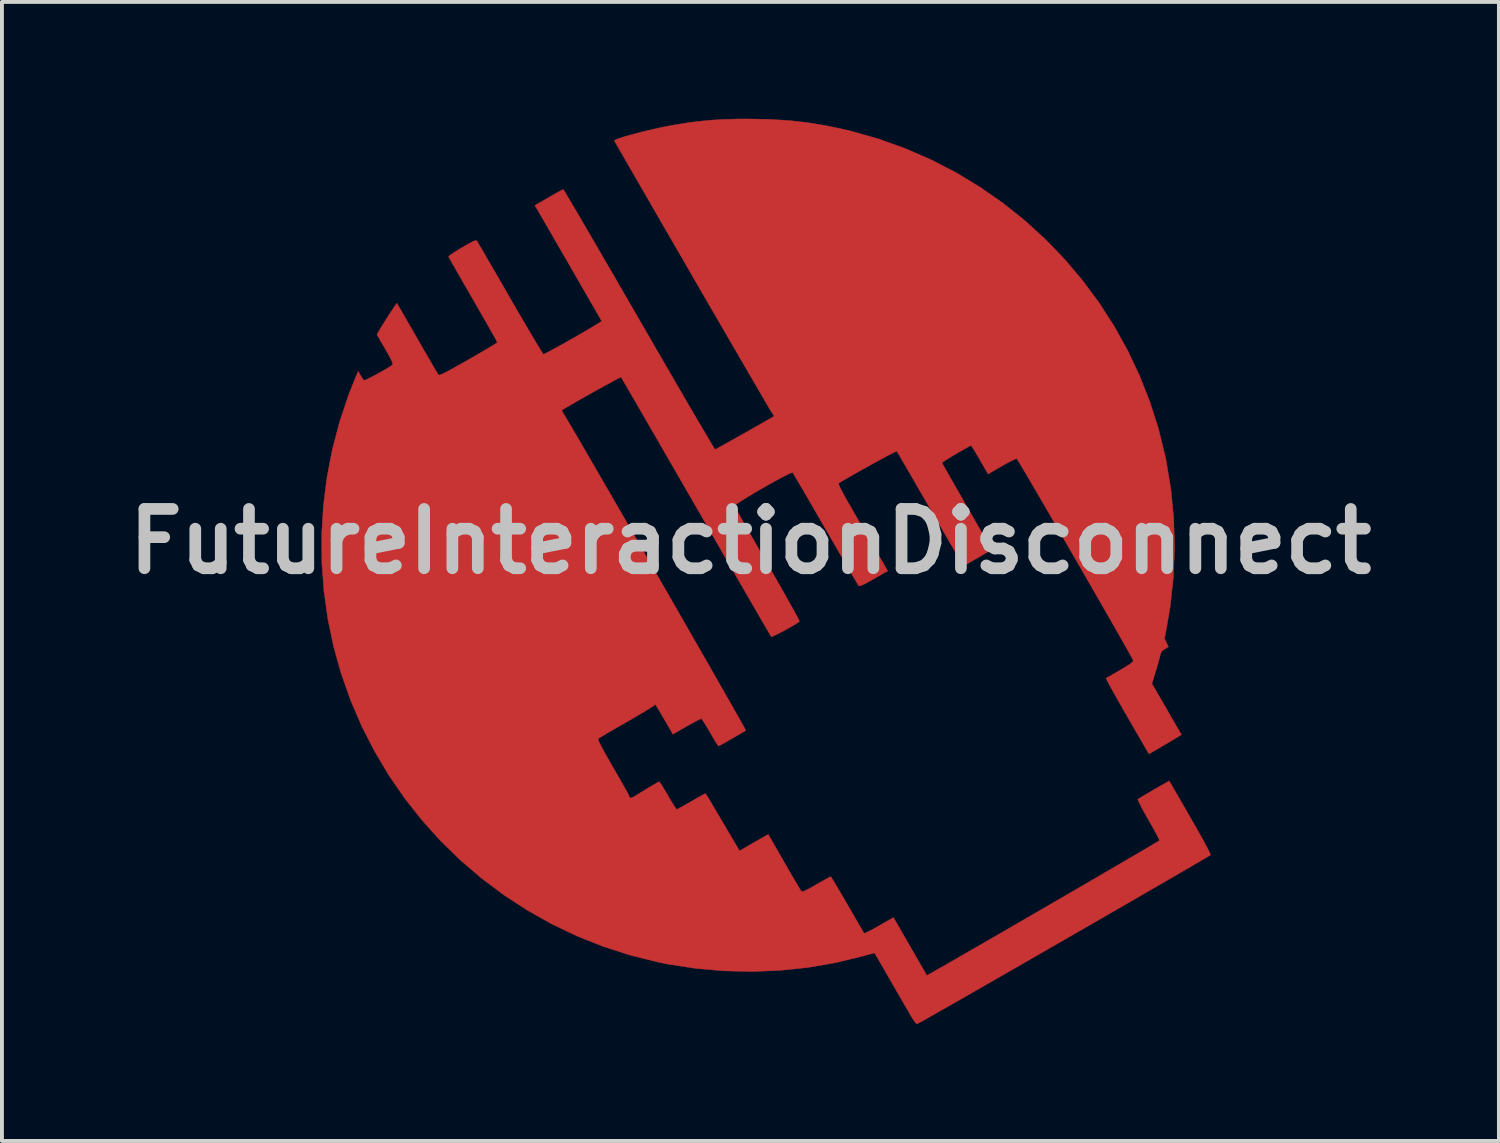
<source format=kicad_pcb>
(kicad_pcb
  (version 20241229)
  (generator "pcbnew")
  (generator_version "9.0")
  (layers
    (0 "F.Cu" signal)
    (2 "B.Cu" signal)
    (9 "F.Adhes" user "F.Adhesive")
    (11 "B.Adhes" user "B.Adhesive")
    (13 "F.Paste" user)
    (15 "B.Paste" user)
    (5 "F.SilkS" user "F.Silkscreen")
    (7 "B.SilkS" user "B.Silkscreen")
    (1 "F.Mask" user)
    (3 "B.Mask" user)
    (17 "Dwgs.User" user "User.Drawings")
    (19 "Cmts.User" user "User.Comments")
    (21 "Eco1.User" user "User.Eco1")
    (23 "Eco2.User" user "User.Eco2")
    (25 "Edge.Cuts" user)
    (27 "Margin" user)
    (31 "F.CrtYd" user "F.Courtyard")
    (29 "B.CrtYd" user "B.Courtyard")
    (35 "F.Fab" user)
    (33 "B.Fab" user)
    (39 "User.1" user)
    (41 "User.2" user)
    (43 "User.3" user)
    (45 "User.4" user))
  (footprint "FutureInteractionDisconnect"
    (layer "F.Cu")
    (at 16.227 10.858)
    (property "Reference" "FutureInteractionDisconnect" (at 0 0 0) (layer "Dwgs.User") (effects (font (size 1.524 1.524) (thickness 0.3))))
    (attr through_hole)
    (fp_poly (pts (xy 0.477 -10.843) (xy 0.985 -10.812) (xy 1.475 -10.757) (xy 1.961 -10.677) (xy 2.458 -10.571) (xy 2.578 -10.542) (xy 3.286 -10.341) (xy 3.973 -10.095) (xy 4.638 -9.806) (xy 5.28 -9.475) (xy 5.895 -9.103) (xy 6.483 -8.694) (xy 7.042 -8.248) (xy 7.57 -7.767) (xy 8.066 -7.254) (xy 8.527 -6.709) (xy 8.953 -6.135) (xy 9.341 -5.533) (xy 9.69 -4.905) (xy 9.998 -4.253) (xy 10.263 -3.579) (xy 10.484 -2.885) (xy 10.659 -2.171) (xy 10.68 -2.07) (xy 10.802 -1.33) (xy 10.873 -0.587) (xy 10.895 0.158) (xy 10.866 0.902) (xy 10.787 1.644) (xy 10.69 2.22) (xy 10.636 2.496) (xy 10.687 2.602) (xy 10.738 2.707) (xy 10.643 2.762) (xy 10.574 2.813) (xy 10.538 2.875) (xy 10.529 2.912) (xy 10.515 2.972) (xy 10.489 3.068) (xy 10.455 3.187) (xy 10.416 3.316) (xy 10.412 3.33) (xy 10.313 3.653) (xy 10.692 4.309) (xy 11.071 4.965) (xy 10.965 5.031) (xy 10.903 5.068) (xy 10.809 5.124) (xy 10.695 5.192) (xy 10.572 5.263) (xy 10.548 5.278) (xy 10.237 5.459) (xy 10.138 5.288) (xy 9.968 4.996) (xy 9.809 4.722) (xy 9.663 4.469) (xy 9.532 4.239) (xy 9.416 4.035) (xy 9.318 3.861) (xy 9.24 3.719) (xy 9.182 3.611) (xy 9.147 3.542) (xy 9.136 3.512) (xy 9.136 3.512) (xy 9.164 3.497) (xy 9.228 3.461) (xy 9.319 3.409) (xy 9.431 3.344) (xy 9.5 3.304) (xy 9.638 3.221) (xy 9.736 3.159) (xy 9.798 3.112) (xy 9.829 3.079) (xy 9.834 3.058) (xy 9.82 3.029) (xy 9.783 2.96) (xy 9.724 2.854) (xy 9.645 2.714) (xy 9.549 2.544) (xy 9.437 2.347) (xy 9.311 2.126) (xy 9.173 1.885) (xy 9.025 1.627) (xy 8.869 1.356) (xy 8.707 1.074) (xy 8.541 0.785) (xy 8.372 0.492) (xy 8.203 0.2) (xy 8.035 -0.09) (xy 7.871 -0.373) (xy 7.713 -0.647) (xy 7.561 -0.908) (xy 7.419 -1.152) (xy 7.288 -1.376) (xy 7.17 -1.578) (xy 7.067 -1.753) (xy 6.981 -1.898) (xy 6.914 -2.011) (xy 6.867 -2.087) (xy 6.843 -2.123) (xy 6.841 -2.125) (xy 6.808 -2.118) (xy 6.738 -2.086) (xy 6.637 -2.035) (xy 6.511 -1.966) (xy 6.366 -1.884) (xy 6.209 -1.791) (xy 6.183 -1.776) (xy 6.105 -1.729) (xy 5.894 -2.096) (xy 5.823 -2.218) (xy 5.76 -2.323) (xy 5.71 -2.403) (xy 5.678 -2.452) (xy 5.667 -2.464) (xy 5.638 -2.451) (xy 5.575 -2.418) (xy 5.488 -2.369) (xy 5.384 -2.31) (xy 5.274 -2.245) (xy 5.165 -2.18) (xy 5.067 -2.12) (xy 4.987 -2.07) (xy 4.936 -2.035) (xy 4.922 -2.022) (xy 4.934 -1.997) (xy 4.969 -1.932) (xy 5.025 -1.832) (xy 5.099 -1.7) (xy 5.189 -1.542) (xy 5.293 -1.361) (xy 5.408 -1.161) (xy 5.531 -0.947) (xy 5.56 -0.896) (xy 5.685 -0.68) (xy 5.801 -0.478) (xy 5.906 -0.293) (xy 5.999 -0.131) (xy 6.076 0.005) (xy 6.135 0.111) (xy 6.175 0.182) (xy 6.191 0.214) (xy 6.192 0.216) (xy 6.169 0.229) (xy 6.112 0.263) (xy 6.028 0.311) (xy 5.928 0.369) (xy 5.82 0.431) (xy 5.714 0.493) (xy 5.618 0.548) (xy 5.542 0.592) (xy 5.494 0.62) (xy 5.483 0.625) (xy 5.468 0.605) (xy 5.43 0.545) (xy 5.371 0.448) (xy 5.293 0.317) (xy 5.198 0.157) (xy 5.088 -0.03) (xy 4.966 -0.239) (xy 4.834 -0.467) (xy 4.693 -0.71) (xy 4.622 -0.832) (xy 4.478 -1.083) (xy 4.34 -1.32) (xy 4.213 -1.541) (xy 4.097 -1.741) (xy 3.994 -1.918) (xy 3.907 -2.067) (xy 3.839 -2.185) (xy 3.79 -2.268) (xy 3.764 -2.312) (xy 3.759 -2.319) (xy 3.735 -2.31) (xy 3.673 -2.28) (xy 3.58 -2.232) (xy 3.461 -2.169) (xy 3.323 -2.094) (xy 3.173 -2.012) (xy 3.016 -1.925) (xy 2.859 -1.838) (xy 2.708 -1.753) (xy 2.569 -1.674) (xy 2.449 -1.605) (xy 2.354 -1.549) (xy 2.29 -1.509) (xy 2.269 -1.494) (xy 2.267 -1.473) (xy 2.284 -1.423) (xy 2.322 -1.343) (xy 2.383 -1.229) (xy 2.467 -1.077) (xy 2.572 -0.894) (xy 2.685 -0.697) (xy 2.813 -0.477) (xy 2.944 -0.248) (xy 3.072 -0.028) (xy 3.185 0.169) (xy 3.215 0.22) (xy 3.526 0.758) (xy 3.167 0.963) (xy 3.028 1.042) (xy 2.925 1.097) (xy 2.855 1.13) (xy 2.809 1.143) (xy 2.784 1.141) (xy 2.78 1.137) (xy 2.762 1.11) (xy 2.722 1.042) (xy 2.66 0.939) (xy 2.58 0.802) (xy 2.484 0.637) (xy 2.373 0.446) (xy 2.25 0.234) (xy 2.117 0.004) (xy 1.977 -0.239) (xy 1.932 -0.318) (xy 1.789 -0.564) (xy 1.654 -0.799) (xy 1.528 -1.016) (xy 1.413 -1.214) (xy 1.312 -1.387) (xy 1.226 -1.533) (xy 1.159 -1.647) (xy 1.111 -1.726) (xy 1.087 -1.765) (xy 1.084 -1.769) (xy 1.055 -1.764) (xy 0.989 -1.736) (xy 0.893 -1.689) (xy 0.772 -1.626) (xy 0.633 -1.55) (xy 0.482 -1.466) (xy 0.325 -1.377) (xy 0.168 -1.286) (xy 0.018 -1.197) (xy -0.118 -1.114) (xy -0.236 -1.041) (xy -0.328 -0.98) (xy -0.389 -0.935) (xy -0.411 -0.911) (xy -0.411 -0.91) (xy -0.397 -0.882) (xy -0.36 -0.815) (xy -0.302 -0.711) (xy -0.225 -0.574) (xy -0.13 -0.409) (xy -0.021 -0.218) (xy 0.101 -0.005) (xy 0.233 0.226) (xy 0.374 0.47) (xy 0.436 0.577) (xy 0.579 0.826) (xy 0.714 1.062) (xy 0.839 1.282) (xy 0.951 1.481) (xy 1.05 1.657) (xy 1.132 1.805) (xy 1.195 1.922) (xy 1.238 2.004) (xy 1.259 2.047) (xy 1.26 2.053) (xy 1.231 2.078) (xy 1.168 2.119) (xy 1.08 2.172) (xy 0.976 2.23) (xy 0.866 2.291) (xy 0.759 2.348) (xy 0.663 2.396) (xy 0.588 2.431) (xy 0.543 2.448) (xy 0.535 2.448) (xy 0.52 2.423) (xy 0.482 2.358) (xy 0.42 2.253) (xy 0.338 2.111) (xy 0.236 1.935) (xy 0.115 1.727) (xy -0.022 1.49) (xy -0.175 1.225) (xy -0.342 0.936) (xy -0.522 0.625) (xy -0.713 0.294) (xy -0.914 -0.054) (xy -1.124 -0.418) (xy -1.341 -0.794) (xy -1.396 -0.889) (xy -1.614 -1.268) (xy -1.826 -1.634) (xy -2.029 -1.986) (xy -2.223 -2.322) (xy -2.405 -2.638) (xy -2.576 -2.932) (xy -2.732 -3.203) (xy -2.873 -3.447) (xy -2.998 -3.662) (xy -3.104 -3.845) (xy -3.192 -3.995) (xy -3.258 -4.109) (xy -3.302 -4.184) (xy -3.322 -4.218) (xy -3.324 -4.22) (xy -3.348 -4.211) (xy -3.409 -4.18) (xy -3.503 -4.131) (xy -3.621 -4.066) (xy -3.759 -3.991) (xy -3.91 -3.907) (xy -4.068 -3.819) (xy -4.227 -3.73) (xy -4.379 -3.644) (xy -4.52 -3.563) (xy -4.643 -3.492) (xy -4.742 -3.434) (xy -4.81 -3.393) (xy -4.842 -3.371) (xy -4.842 -3.371) (xy -4.838 -3.343) (xy -4.81 -3.294) (xy -4.804 -3.285) (xy -4.78 -3.247) (xy -4.733 -3.169) (xy -4.664 -3.054) (xy -4.576 -2.903) (xy -4.469 -2.72) (xy -4.344 -2.507) (xy -4.205 -2.266) (xy -4.051 -2.001) (xy -3.885 -1.715) (xy -3.708 -1.409) (xy -3.521 -1.086) (xy -3.327 -0.75) (xy -3.126 -0.402) (xy -2.92 -0.045) (xy -2.712 0.317) (xy -2.501 0.683) (xy -2.29 1.05) (xy -2.08 1.414) (xy -1.873 1.775) (xy -1.671 2.127) (xy -1.474 2.471) (xy -1.285 2.801) (xy -1.104 3.116) (xy -0.934 3.414) (xy -0.776 3.691) (xy -0.631 3.945) (xy -0.501 4.173) (xy -0.387 4.373) (xy -0.292 4.542) (xy -0.216 4.677) (xy -0.161 4.776) (xy -0.129 4.836) (xy -0.121 4.854) (xy -0.148 4.873) (xy -0.21 4.91) (xy -0.296 4.961) (xy -0.398 5.021) (xy -0.506 5.083) (xy -0.611 5.143) (xy -0.704 5.195) (xy -0.776 5.235) (xy -0.816 5.256) (xy -0.822 5.258) (xy -0.838 5.237) (xy -0.875 5.179) (xy -0.927 5.093) (xy -0.991 4.984) (xy -1.033 4.912) (xy -1.103 4.793) (xy -1.165 4.69) (xy -1.215 4.612) (xy -1.249 4.565) (xy -1.258 4.556) (xy -1.288 4.564) (xy -1.354 4.595) (xy -1.447 4.643) (xy -1.56 4.704) (xy -1.638 4.749) (xy -1.991 4.952) (xy -2.149 4.679) (xy -2.218 4.562) (xy -2.283 4.45) (xy -2.339 4.356) (xy -2.373 4.298) (xy -2.439 4.189) (xy -2.546 4.262) (xy -2.597 4.294) (xy -2.685 4.348) (xy -2.803 4.418) (xy -2.944 4.5) (xy -3.101 4.592) (xy -3.264 4.686) (xy -3.425 4.778) (xy -3.572 4.864) (xy -3.7 4.939) (xy -3.802 5) (xy -3.872 5.043) (xy -3.905 5.065) (xy -3.906 5.065) (xy -3.91 5.082) (xy -3.902 5.117) (xy -3.878 5.172) (xy -3.838 5.253) (xy -3.779 5.364) (xy -3.699 5.508) (xy -3.595 5.689) (xy -3.531 5.801) (xy -3.432 5.973) (xy -3.342 6.131) (xy -3.263 6.269) (xy -3.199 6.383) (xy -3.153 6.466) (xy -3.128 6.514) (xy -3.124 6.523) (xy -3.111 6.558) (xy -3.101 6.576) (xy -3.08 6.591) (xy -3.044 6.583) (xy -2.981 6.55) (xy -2.943 6.527) (xy -2.75 6.408) (xy -2.597 6.315) (xy -2.482 6.247) (xy -2.403 6.201) (xy -2.357 6.177) (xy -2.343 6.172) (xy -2.324 6.193) (xy -2.285 6.251) (xy -2.231 6.338) (xy -2.166 6.448) (xy -2.12 6.527) (xy -2.05 6.647) (xy -1.988 6.75) (xy -1.938 6.828) (xy -1.904 6.874) (xy -1.894 6.883) (xy -1.865 6.871) (xy -1.801 6.837) (xy -1.708 6.787) (xy -1.596 6.723) (xy -1.521 6.68) (xy -1.401 6.611) (xy -1.298 6.552) (xy -1.218 6.508) (xy -1.17 6.482) (xy -1.159 6.477) (xy -1.142 6.498) (xy -1.105 6.553) (xy -1.054 6.636) (xy -1.001 6.725) (xy -0.943 6.824) (xy -0.866 6.955) (xy -0.776 7.108) (xy -0.679 7.271) (xy -0.584 7.433) (xy -0.568 7.46) (xy -0.279 7.948) (xy 0.456 7.524) (xy 0.867 8.239) (xy 0.967 8.413) (xy 1.061 8.574) (xy 1.144 8.716) (xy 1.214 8.834) (xy 1.267 8.922) (xy 1.299 8.974) (xy 1.308 8.987) (xy 1.327 8.995) (xy 1.363 8.988) (xy 1.422 8.963) (xy 1.508 8.919) (xy 1.63 8.851) (xy 1.691 8.815) (xy 1.812 8.746) (xy 1.917 8.687) (xy 1.998 8.642) (xy 2.049 8.616) (xy 2.061 8.611) (xy 2.077 8.632) (xy 2.116 8.692) (xy 2.173 8.786) (xy 2.246 8.908) (xy 2.332 9.054) (xy 2.427 9.219) (xy 2.49 9.328) (xy 2.591 9.502) (xy 2.683 9.662) (xy 2.765 9.802) (xy 2.832 9.918) (xy 2.883 10.004) (xy 2.913 10.054) (xy 2.92 10.065) (xy 2.946 10.06) (xy 3.009 10.032) (xy 3.1 9.986) (xy 3.212 9.925) (xy 3.305 9.872) (xy 3.673 9.66) (xy 4.532 11.149) (xy 4.647 11.085) (xy 4.745 11.029) (xy 4.879 10.954) (xy 5.044 10.859) (xy 5.238 10.748) (xy 5.457 10.622) (xy 5.699 10.482) (xy 5.961 10.332) (xy 6.238 10.171) (xy 6.529 10.003) (xy 6.831 9.828) (xy 7.139 9.65) (xy 7.451 9.469) (xy 7.764 9.287) (xy 8.075 9.107) (xy 8.38 8.929) (xy 8.677 8.757) (xy 8.963 8.591) (xy 9.233 8.433) (xy 9.487 8.285) (xy 9.719 8.149) (xy 9.927 8.028) (xy 10.108 7.921) (xy 10.259 7.832) (xy 10.377 7.762) (xy 10.459 7.713) (xy 10.501 7.687) (xy 10.506 7.683) (xy 10.497 7.654) (xy 10.466 7.588) (xy 10.415 7.491) (xy 10.349 7.37) (xy 10.271 7.232) (xy 10.224 7.15) (xy 10.142 7.005) (xy 10.07 6.875) (xy 10.013 6.765) (xy 9.973 6.682) (xy 9.954 6.633) (xy 9.953 6.623) (xy 9.98 6.605) (xy 10.041 6.567) (xy 10.128 6.515) (xy 10.233 6.453) (xy 10.346 6.387) (xy 10.461 6.321) (xy 10.567 6.26) (xy 10.658 6.209) (xy 10.724 6.172) (xy 10.757 6.155) (xy 10.759 6.155) (xy 10.772 6.177) (xy 10.808 6.239) (xy 10.864 6.335) (xy 10.937 6.463) (xy 11.026 6.615) (xy 11.126 6.79) (xy 11.236 6.98) (xy 11.302 7.095) (xy 11.424 7.309) (xy 11.534 7.503) (xy 11.629 7.674) (xy 11.707 7.818) (xy 11.766 7.932) (xy 11.804 8.01) (xy 11.82 8.05) (xy 11.819 8.054) (xy 11.793 8.07) (xy 11.726 8.111) (xy 11.621 8.173) (xy 11.48 8.256) (xy 11.306 8.357) (xy 11.102 8.476) (xy 10.871 8.61) (xy 10.615 8.758) (xy 10.337 8.919) (xy 10.041 9.091) (xy 9.728 9.272) (xy 9.401 9.46) (xy 9.064 9.655) (xy 8.718 9.854) (xy 8.368 10.056) (xy 8.015 10.259) (xy 7.662 10.462) (xy 7.312 10.664) (xy 6.968 10.861) (xy 6.633 11.054) (xy 6.309 11.24) (xy 5.999 11.418) (xy 5.705 11.586) (xy 5.432 11.743) (xy 5.181 11.886) (xy 4.954 12.015) (xy 4.756 12.128) (xy 4.589 12.224) (xy 4.454 12.299) (xy 4.356 12.354) (xy 4.297 12.387) (xy 4.28 12.395) (xy 4.251 12.375) (xy 4.207 12.32) (xy 4.155 12.242) (xy 4.144 12.224) (xy 4.107 12.16) (xy 4.049 12.058) (xy 3.972 11.927) (xy 3.883 11.771) (xy 3.783 11.599) (xy 3.678 11.417) (xy 3.62 11.316) (xy 3.519 11.14) (xy 3.426 10.98) (xy 3.345 10.839) (xy 3.277 10.722) (xy 3.227 10.636) (xy 3.198 10.586) (xy 3.19 10.574) (xy 3.165 10.578) (xy 3.101 10.594) (xy 3.006 10.619) (xy 2.89 10.651) (xy 2.869 10.657) (xy 2.179 10.824) (xy 1.473 10.945) (xy 0.755 11.02) (xy 0.031 11.049) (xy -0.696 11.031) (xy -1.419 10.967) (xy -2.134 10.856) (xy -2.377 10.806) (xy -3.091 10.628) (xy -3.786 10.404) (xy -4.459 10.135) (xy -5.11 9.824) (xy -5.737 9.471) (xy -6.337 9.08) (xy -6.909 8.651) (xy -7.452 8.186) (xy -7.963 7.687) (xy -8.442 7.155) (xy -8.885 6.592) (xy -9.292 6.001) (xy -9.66 5.381) (xy -9.989 4.737) (xy -10.276 4.067) (xy -10.519 3.376) (xy -10.705 2.71) (xy -10.855 1.997) (xy -10.956 1.274) (xy -11.009 0.545) (xy -11.013 -0.187) (xy -10.97 -0.918) (xy -10.879 -1.644) (xy -10.74 -2.363) (xy -10.554 -3.07) (xy -10.322 -3.763) (xy -10.185 -4.11) (xy -10.077 -4.371) (xy -10.015 -4.262) (xy -9.973 -4.195) (xy -9.938 -4.148) (xy -9.926 -4.137) (xy -9.898 -4.144) (xy -9.835 -4.172) (xy -9.747 -4.216) (xy -9.642 -4.271) (xy -9.531 -4.331) (xy -9.422 -4.393) (xy -9.325 -4.45) (xy -9.248 -4.498) (xy -9.201 -4.532) (xy -9.198 -4.534) (xy -9.189 -4.553) (xy -9.192 -4.584) (xy -9.212 -4.635) (xy -9.25 -4.711) (xy -9.309 -4.818) (xy -9.379 -4.941) (xy -9.596 -5.315) (xy -9.542 -5.407) (xy -9.496 -5.484) (xy -9.433 -5.585) (xy -9.362 -5.699) (xy -9.289 -5.814) (xy -9.221 -5.918) (xy -9.166 -6.002) (xy -9.131 -6.052) (xy -9.081 -6.12) (xy -8.561 -5.217) (xy -8.448 -5.02) (xy -8.342 -4.837) (xy -8.246 -4.672) (xy -8.163 -4.529) (xy -8.096 -4.414) (xy -8.047 -4.331) (xy -8.019 -4.286) (xy -8.015 -4.279) (xy -8 -4.274) (xy -7.968 -4.281) (xy -7.915 -4.302) (xy -7.838 -4.339) (xy -7.732 -4.395) (xy -7.594 -4.471) (xy -7.419 -4.569) (xy -7.245 -4.668) (xy -7.069 -4.769) (xy -6.908 -4.863) (xy -6.766 -4.946) (xy -6.65 -5.016) (xy -6.564 -5.07) (xy -6.514 -5.103) (xy -6.502 -5.114) (xy -6.515 -5.14) (xy -6.55 -5.205) (xy -6.606 -5.306) (xy -6.68 -5.437) (xy -6.77 -5.596) (xy -6.873 -5.776) (xy -6.988 -5.975) (xy -7.11 -6.188) (xy -7.125 -6.213) (xy -7.248 -6.427) (xy -7.364 -6.628) (xy -7.469 -6.812) (xy -7.562 -6.974) (xy -7.639 -7.109) (xy -7.698 -7.215) (xy -7.737 -7.285) (xy -7.753 -7.317) (xy -7.754 -7.317) (xy -7.735 -7.339) (xy -7.679 -7.38) (xy -7.594 -7.436) (xy -7.486 -7.503) (xy -7.407 -7.55) (xy -7.273 -7.628) (xy -7.176 -7.681) (xy -7.109 -7.714) (xy -7.066 -7.729) (xy -7.04 -7.728) (xy -7.026 -7.717) (xy -7.008 -7.689) (xy -6.968 -7.62) (xy -6.906 -7.515) (xy -6.826 -7.377) (xy -6.73 -7.211) (xy -6.619 -7.019) (xy -6.495 -6.806) (xy -6.362 -6.576) (xy -6.221 -6.332) (xy -6.174 -6.249) (xy -6.031 -6.002) (xy -5.895 -5.769) (xy -5.768 -5.552) (xy -5.653 -5.355) (xy -5.551 -5.183) (xy -5.465 -5.039) (xy -5.396 -4.927) (xy -5.348 -4.85) (xy -5.322 -4.812) (xy -5.319 -4.809) (xy -5.291 -4.818) (xy -5.227 -4.85) (xy -5.131 -4.9) (xy -5.011 -4.965) (xy -4.873 -5.041) (xy -4.723 -5.125) (xy -4.566 -5.214) (xy -4.41 -5.303) (xy -4.26 -5.39) (xy -4.122 -5.471) (xy -4.003 -5.542) (xy -3.91 -5.6) (xy -3.847 -5.641) (xy -3.821 -5.661) (xy -3.821 -5.663) (xy -3.835 -5.686) (xy -3.872 -5.751) (xy -3.93 -5.851) (xy -4.007 -5.985) (xy -4.101 -6.147) (xy -4.209 -6.335) (xy -4.33 -6.544) (xy -4.461 -6.771) (xy -4.6 -7.012) (xy -4.635 -7.074) (xy -4.777 -7.32) (xy -4.913 -7.555) (xy -5.04 -7.775) (xy -5.155 -7.975) (xy -5.258 -8.152) (xy -5.344 -8.301) (xy -5.413 -8.42) (xy -5.461 -8.503) (xy -5.487 -8.547) (xy -5.489 -8.551) (xy -5.538 -8.63) (xy -5.183 -8.836) (xy -5.062 -8.906) (xy -4.957 -8.966) (xy -4.874 -9.011) (xy -4.822 -9.037) (xy -4.808 -9.042) (xy -4.794 -9.021) (xy -4.755 -8.958) (xy -4.693 -8.855) (xy -4.611 -8.716) (xy -4.509 -8.542) (xy -4.388 -8.336) (xy -4.251 -8.101) (xy -4.097 -7.838) (xy -3.93 -7.55) (xy -3.75 -7.24) (xy -3.558 -6.91) (xy -3.357 -6.562) (xy -3.146 -6.198) (xy -2.929 -5.822) (xy -2.86 -5.702) (xy -2.64 -5.323) (xy -2.428 -4.955) (xy -2.223 -4.602) (xy -2.028 -4.266) (xy -1.844 -3.949) (xy -1.673 -3.654) (xy -1.515 -3.383) (xy -1.372 -3.139) (xy -1.246 -2.924) (xy -1.137 -2.74) (xy -1.048 -2.589) (xy -0.98 -2.475) (xy -0.933 -2.399) (xy -0.911 -2.364) (xy -0.909 -2.362) (xy -0.884 -2.374) (xy -0.821 -2.408) (xy -0.727 -2.46) (xy -0.608 -2.526) (xy -0.469 -2.603) (xy -0.318 -2.688) (xy -0.159 -2.777) (xy -0.001 -2.867) (xy 0.152 -2.953) (xy 0.292 -3.033) (xy 0.414 -3.103) (xy 0.511 -3.159) (xy 0.577 -3.198) (xy 0.606 -3.216) (xy 0.598 -3.238) (xy 0.567 -3.286) (xy 0.552 -3.307) (xy 0.534 -3.336) (xy 0.492 -3.407) (xy 0.427 -3.516) (xy 0.342 -3.662) (xy 0.237 -3.842) (xy 0.114 -4.053) (xy -0.026 -4.294) (xy -0.181 -4.56) (xy -0.349 -4.85) (xy -0.53 -5.161) (xy -0.721 -5.491) (xy -0.922 -5.837) (xy -1.13 -6.196) (xy -1.345 -6.567) (xy -1.564 -6.946) (xy -1.787 -7.331) (xy -2.012 -7.72) (xy -2.237 -8.109) (xy -2.461 -8.497) (xy -2.682 -8.881) (xy -2.9 -9.258) (xy -3.112 -9.625) (xy -3.317 -9.981) (xy -3.496 -10.292) (xy -3.48 -10.31) (xy -3.42 -10.337) (xy -3.323 -10.37) (xy -3.195 -10.41) (xy -3.042 -10.453) (xy -2.87 -10.498) (xy -2.686 -10.544) (xy -2.495 -10.589) (xy -2.305 -10.631) (xy -2.121 -10.669) (xy -1.949 -10.7) (xy -1.93 -10.703) (xy -1.599 -10.756) (xy -1.288 -10.795) (xy -0.984 -10.824) (xy -0.671 -10.842) (xy -0.333 -10.851) (xy -0.064 -10.853) (xy 0.477 -10.843)) (stroke (width 0.01) (type solid)) (fill yes) (layer "F.Cu")))
  (gr_rect
    (start -3 -3)
    (end 35.454 26.259)
    (stroke (width 0.1) (type default))
    (fill no)
    (layer "Edge.Cuts")))
</source>
